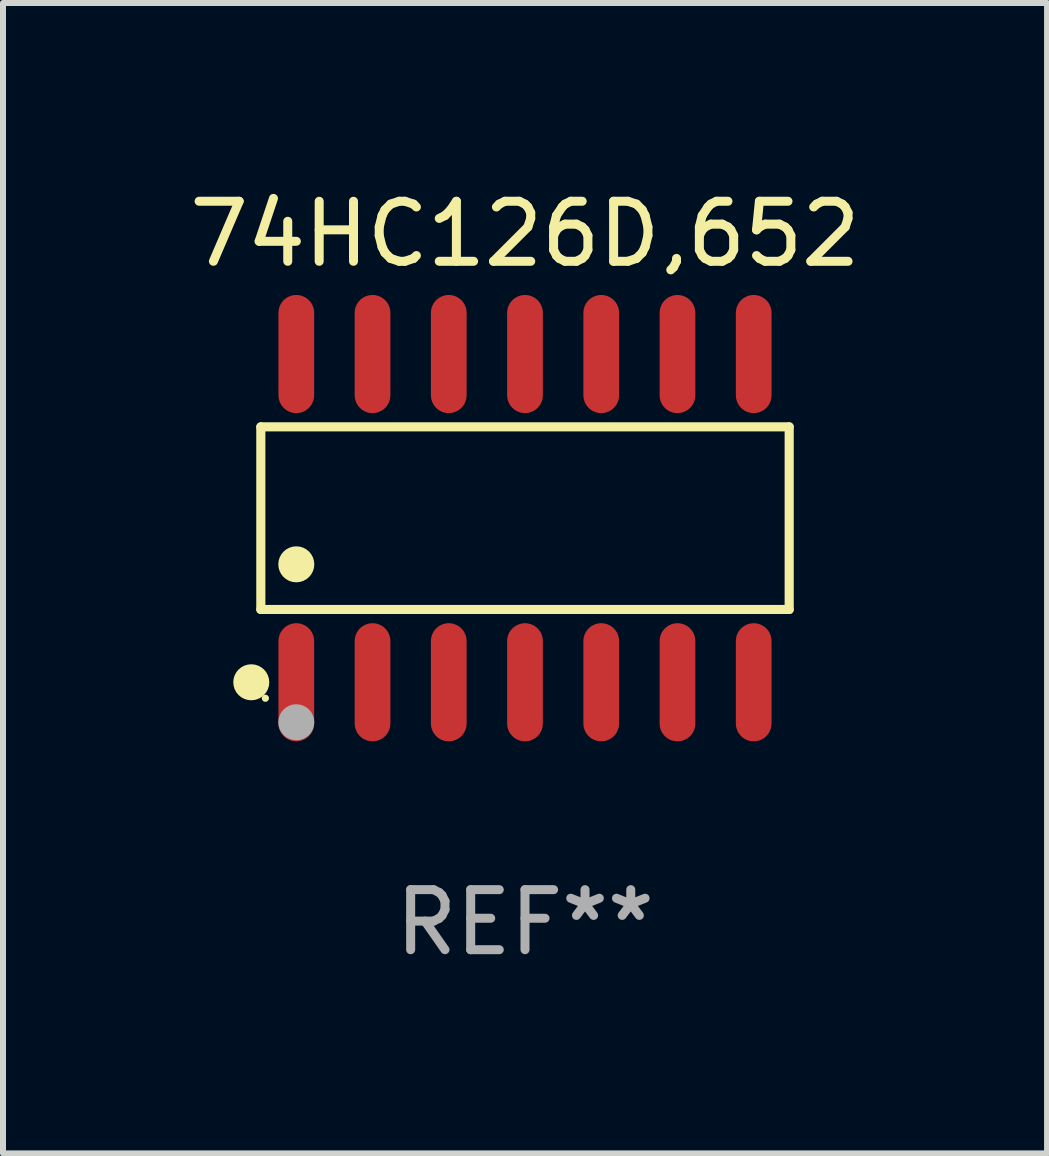
<source format=kicad_pcb>
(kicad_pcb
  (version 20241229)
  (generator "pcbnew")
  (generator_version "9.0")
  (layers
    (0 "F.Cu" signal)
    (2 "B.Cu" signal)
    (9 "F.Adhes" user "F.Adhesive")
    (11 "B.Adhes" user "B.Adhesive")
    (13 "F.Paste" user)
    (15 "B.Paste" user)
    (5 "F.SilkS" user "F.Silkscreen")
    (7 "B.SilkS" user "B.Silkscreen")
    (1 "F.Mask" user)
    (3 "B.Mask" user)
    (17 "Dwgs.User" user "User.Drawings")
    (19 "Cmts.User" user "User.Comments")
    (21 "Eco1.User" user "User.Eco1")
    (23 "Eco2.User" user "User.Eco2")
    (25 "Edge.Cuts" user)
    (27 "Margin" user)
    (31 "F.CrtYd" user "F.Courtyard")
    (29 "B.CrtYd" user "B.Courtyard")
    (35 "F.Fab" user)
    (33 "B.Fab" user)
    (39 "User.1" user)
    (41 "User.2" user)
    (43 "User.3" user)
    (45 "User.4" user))
  (footprint "74HC126D,652"
    (layer "F.Cu")
    (at 5.696 5.582)
    (property "Reference" "74HC126D,652" (at 0 -4.734 0) (layer "F.SilkS") (effects (font (size 1 1) (thickness 0.15))))
    (attr through_hole)
    (fp_line (start -4.401 -1.521) (end 4.401 -1.521) (stroke (width 0.152) (type solid)) (layer "F.SilkS"))
    (fp_line (start -4.401 1.521) (end -4.401 -1.521) (stroke (width 0.152) (type solid)) (layer "F.SilkS"))
    (fp_line (start 4.401 -1.521) (end 4.401 1.521) (stroke (width 0.152) (type solid)) (layer "F.SilkS"))
    (fp_line (start 4.401 1.521) (end -4.401 1.521) (stroke (width 0.152) (type solid)) (layer "F.SilkS"))
    (fp_circle (center -4.56 2.734) (end -4.41 2.734) (stroke (width 0.3) (type solid)) (fill no) (layer "F.SilkS"))
    (fp_circle (center -4.325 3) (end -4.295 3) (stroke (width 0.06) (type solid)) (fill no) (layer "F.SilkS"))
    (fp_circle (center -3.81 0.769) (end -3.66 0.769) (stroke (width 0.3) (type solid)) (fill no) (layer "F.SilkS"))
    (fp_circle (center -3.81 3.4) (end -3.66 3.4) (stroke (width 0.3) (type solid)) (fill no) (layer "F.Fab"))
    (fp_text user "REF**" (at 0 6.734 0) (layer "F.Fab") (effects (font (size 1 1) (thickness 0.15))))
    (pad "1" smd oval (at -3.81 2.734) (size 0.595 1.968) (layers "F.Cu" "F.Mask" "F.Paste"))
    (pad "2" smd oval (at -2.54 2.734) (size 0.595 1.968) (layers "F.Cu" "F.Mask" "F.Paste"))
    (pad "3" smd oval (at -1.27 2.734) (size 0.595 1.968) (layers "F.Cu" "F.Mask" "F.Paste"))
    (pad "4" smd oval (at 0 2.734) (size 0.595 1.968) (layers "F.Cu" "F.Mask" "F.Paste"))
    (pad "5" smd oval (at 1.27 2.734) (size 0.595 1.968) (layers "F.Cu" "F.Mask" "F.Paste"))
    (pad "6" smd oval (at 2.54 2.734) (size 0.595 1.968) (layers "F.Cu" "F.Mask" "F.Paste"))
    (pad "7" smd oval (at 3.81 2.734) (size 0.595 1.968) (layers "F.Cu" "F.Mask" "F.Paste"))
    (pad "8" smd oval (at 3.81 -2.734) (size 0.595 1.968) (layers "F.Cu" "F.Mask" "F.Paste"))
    (pad "9" smd oval (at 2.54 -2.734) (size 0.595 1.968) (layers "F.Cu" "F.Mask" "F.Paste"))
    (pad "10" smd oval (at 1.27 -2.734) (size 0.595 1.968) (layers "F.Cu" "F.Mask" "F.Paste"))
    (pad "11" smd oval (at 0 -2.734) (size 0.595 1.968) (layers "F.Cu" "F.Mask" "F.Paste"))
    (pad "12" smd oval (at -1.27 -2.734) (size 0.595 1.968) (layers "F.Cu" "F.Mask" "F.Paste"))
    (pad "13" smd oval (at -2.54 -2.734) (size 0.595 1.968) (layers "F.Cu" "F.Mask" "F.Paste"))
    (pad "14" smd oval (at -3.81 -2.734) (size 0.595 1.968) (layers "F.Cu" "F.Mask" "F.Paste")))
  (gr_rect
    (start -3 -3)
    (end 14.393 16.164)
    (stroke (width 0.1) (type default))
    (fill no)
    (layer "Edge.Cuts")))
</source>
